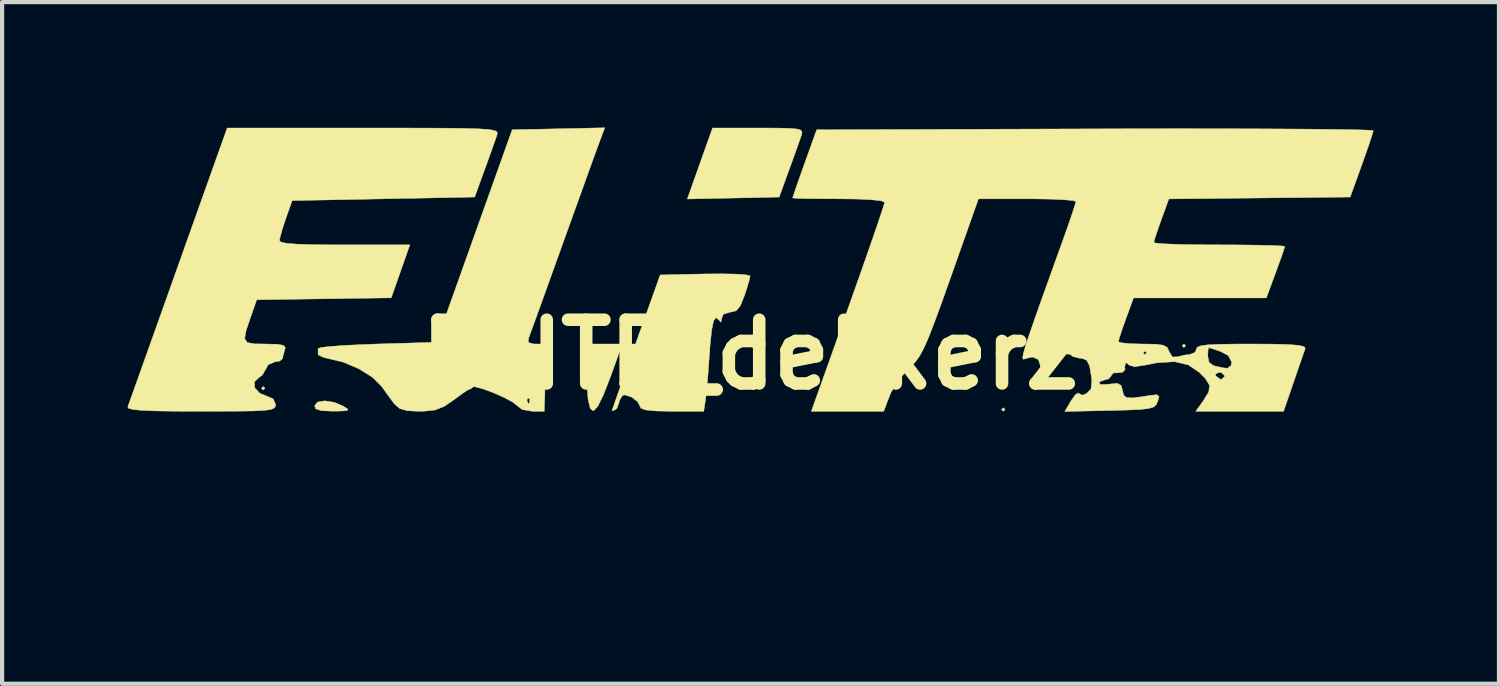
<source format=kicad_pcb>
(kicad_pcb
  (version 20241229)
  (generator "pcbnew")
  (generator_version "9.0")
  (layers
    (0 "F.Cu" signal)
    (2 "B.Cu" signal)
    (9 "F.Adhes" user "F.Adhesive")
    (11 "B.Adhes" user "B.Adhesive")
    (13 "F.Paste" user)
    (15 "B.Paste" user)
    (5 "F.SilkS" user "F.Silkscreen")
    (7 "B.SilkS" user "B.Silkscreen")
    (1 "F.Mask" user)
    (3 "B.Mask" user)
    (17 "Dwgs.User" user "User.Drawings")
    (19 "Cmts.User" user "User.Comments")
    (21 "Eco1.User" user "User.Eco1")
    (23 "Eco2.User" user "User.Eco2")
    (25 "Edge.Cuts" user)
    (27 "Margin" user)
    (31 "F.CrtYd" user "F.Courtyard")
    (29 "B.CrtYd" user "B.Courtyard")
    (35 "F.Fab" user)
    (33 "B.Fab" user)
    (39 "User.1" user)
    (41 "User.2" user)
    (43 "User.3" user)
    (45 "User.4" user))
  (footprint "ELITE_dekkerz"
    (layer "F.Cu")
    (at 14.885 5.429)
    (property "Reference" "ELITE_dekkerz" (at 0 0 0) (layer "F.SilkS") (effects (font (size 1.524 1.524) (thickness 0.3))))
    (attr through_hole)
    (fp_poly (pts (xy -11.684 0.635) (xy -11.726 0.677) (xy -11.769 0.635) (xy -11.726 0.593) (xy -11.684 0.635)) (stroke (width 0.01) (type solid)) (fill yes) (layer "F.Mask"))
    (fp_poly (pts (xy -10.753 3.598) (xy -10.795 3.641) (xy -10.837 3.598) (xy -10.795 3.556) (xy -10.753 3.598)) (stroke (width 0.01) (type solid)) (fill yes) (layer "F.Mask"))
    (fp_poly (pts (xy -7.366 3.09) (xy -7.408 3.133) (xy -7.451 3.09) (xy -7.408 3.048) (xy -7.366 3.09)) (stroke (width 0.01) (type solid)) (fill yes) (layer "F.Mask"))
    (fp_poly (pts (xy 3.471 2.582) (xy 3.429 2.625) (xy 3.387 2.582) (xy 3.429 2.54) (xy 3.471 2.582)) (stroke (width 0.01) (type solid)) (fill yes) (layer "F.Mask"))
    (fp_poly (pts (xy 3.556 2.328) (xy 3.514 2.371) (xy 3.471 2.328) (xy 3.514 2.286) (xy 3.556 2.328)) (stroke (width 0.01) (type solid)) (fill yes) (layer "F.Mask"))
    (fp_poly (pts (xy 6.773 0.127) (xy 6.731 0.169) (xy 6.689 0.127) (xy 6.731 0.085) (xy 6.773 0.127)) (stroke (width 0.01) (type solid)) (fill yes) (layer "F.Mask"))
    (fp_poly (pts (xy 9.144 0.889) (xy 9.102 0.931) (xy 9.059 0.889) (xy 9.102 0.847) (xy 9.144 0.889)) (stroke (width 0.01) (type solid)) (fill yes) (layer "F.Mask"))
    (fp_poly (pts (xy 9.821 0.296) (xy 9.779 0.339) (xy 9.737 0.296) (xy 9.779 0.254) (xy 9.821 0.296)) (stroke (width 0.01) (type solid)) (fill yes) (layer "F.Mask"))
    (fp_poly (pts (xy 10.414 0.296) (xy 10.372 0.339) (xy 10.329 0.296) (xy 10.372 0.254) (xy 10.414 0.296)) (stroke (width 0.01) (type solid)) (fill yes) (layer "F.Mask"))
    (fp_poly (pts (xy -11.284 0.288) (xy -11.309 0.326) (xy -11.395 0.332) (xy -11.485 0.311) (xy -11.446 0.281) (xy -11.314 0.271) (xy -11.284 0.288)) (stroke (width 0.01) (type solid)) (fill yes) (layer "F.Mask"))
    (fp_poly (pts (xy 3.445 2.863) (xy 3.455 2.995) (xy 3.438 3.025) (xy 3.399 3) (xy 3.393 2.914) (xy 3.414 2.824) (xy 3.445 2.863)) (stroke (width 0.01) (type solid)) (fill yes) (layer "F.Mask"))
    (fp_poly (pts (xy 10.555 -0.141) (xy 10.543 -0.091) (xy 10.499 -0.085) (xy 10.429 -0.116) (xy 10.442 -0.141) (xy 10.543 -0.151) (xy 10.555 -0.141)) (stroke (width 0.01) (type solid)) (fill yes) (layer "F.Mask"))
    (fp_poly (pts (xy -10.017 3.018) (xy -10.033 3.048) (xy -10.113 3.129) (xy -10.128 3.133) (xy -10.133 3.078) (xy -10.118 3.048) (xy -10.038 2.967) (xy -10.023 2.963) (xy -10.017 3.018)) (stroke (width 0.01) (type solid)) (fill yes) (layer "F.Mask"))
    (fp_poly (pts (xy -7.481 3.395) (xy -7.477 3.409) (xy -7.464 3.594) (xy -7.48 3.663) (xy -7.508 3.666) (xy -7.519 3.534) (xy -7.519 3.514) (xy -7.507 3.382) (xy -7.481 3.395)) (stroke (width 0.01) (type solid)) (fill yes) (layer "F.Mask"))
    (fp_poly (pts (xy 10.294 -0.13) (xy 10.287 -0.085) (xy 10.215 -0.004) (xy 10.202 0) (xy 10.135 -0.059) (xy 10.118 -0.085) (xy 10.138 -0.156) (xy 10.202 -0.169) (xy 10.294 -0.13)) (stroke (width 0.01) (type solid)) (fill yes) (layer "F.Mask"))
    (fp_poly (pts (xy 11.28 0.013) (xy 11.389 0.087) (xy 11.391 0.09) (xy 11.42 0.19) (xy 11.318 0.205) (xy 11.239 0.19) (xy 11.114 0.125) (xy 11.091 0.078) (xy 11.153 0.009) (xy 11.28 0.013)) (stroke (width 0.01) (type solid)) (fill yes) (layer "F.Mask"))
    (fp_poly (pts (xy 7.79 0.151) (xy 7.989 0.233) (xy 8.065 0.387) (xy 8.069 0.521) (xy 8.031 0.543) (xy 7.974 0.576) (xy 7.959 0.677) (xy 7.931 0.801) (xy 7.887 0.812) (xy 7.796 0.846) (xy 7.644 0.98) (xy 7.539 1.096) (xy 7.382 1.258) (xy 7.215 1.393) (xy 7.07 1.483) (xy 6.982 1.507) (xy 6.983 1.445) (xy 6.997 1.42) (xy 6.986 1.363) (xy 6.933 1.37) (xy 6.853 1.463) (xy 6.746 1.678) (xy 6.632 1.971) (xy 6.604 2.055) (xy 6.469 2.441) (xy 6.367 2.682) (xy 6.303 2.777) (xy 6.283 2.722) (xy 6.315 2.515) (xy 6.402 2.154) (xy 6.405 2.143) (xy 6.488 1.807) (xy 6.545 1.527) (xy 6.573 1.325) (xy 6.572 1.22) (xy 6.541 1.232) (xy 6.478 1.383) (xy 6.445 1.482) (xy 6.365 1.727) (xy 6.299 1.916) (xy 6.287 1.947) (xy 6.248 2.052) (xy 6.218 2.147) (xy 6.18 2.301) (xy 6.148 2.433) (xy 6.083 2.634) (xy 6.014 2.749) (xy 6.01 2.752) (xy 5.982 2.714) (xy 6.006 2.561) (xy 6.015 2.527) (xy 6.053 2.328) (xy 6.094 2.011) (xy 6.131 1.626) (xy 6.15 1.371) (xy 6.18 0.968) (xy 6.2 0.797) (xy 6.695 0.797) (xy 6.711 0.907) (xy 6.74 0.908) (xy 6.76 0.795) (xy 6.747 0.746) (xy 6.709 0.714) (xy 6.695 0.797) (xy 6.2 0.797) (xy 6.211 0.703) (xy 6.252 0.547) (xy 6.308 0.47) (xy 6.363 0.444) (xy 6.493 0.377) (xy 6.519 0.328) (xy 6.557 0.27) (xy 6.646 0.32) (xy 6.752 0.44) (xy 6.84 0.593) (xy 6.875 0.716) (xy 6.9 0.974) (xy 7.108 0.635) (xy 7.302 0.35) (xy 7.469 0.195) (xy 7.646 0.142) (xy 7.79 0.151)) (stroke (width 0.01) (type solid)) (fill yes) (layer "F.Mask"))
    (fp_poly (pts (xy -6.269 0.966) (xy -6.042 1.051) (xy -6.038 1.053) (xy -5.663 1.274) (xy -5.376 1.612) (xy -5.264 1.851) (xy -5.233 2.16) (xy -5.362 2.422) (xy -5.647 2.633) (xy -5.946 2.75) (xy -6.284 2.841) (xy -6.509 2.868) (xy -6.667 2.83) (xy -6.806 2.722) (xy -6.839 2.687) (xy -6.949 2.539) (xy -6.949 2.422) (xy -6.823 2.313) (xy -6.554 2.191) (xy -6.435 2.145) (xy -6.166 2.024) (xy -5.988 1.901) (xy -5.942 1.832) (xy -5.976 1.719) (xy -6.124 1.696) (xy -6.357 1.759) (xy -6.647 1.904) (xy -6.71 1.942) (xy -6.979 2.145) (xy -7.137 2.359) (xy -7.206 2.538) (xy -7.287 2.748) (xy -7.356 2.799) (xy -7.375 2.779) (xy -7.444 2.759) (xy -7.52 2.884) (xy -7.595 3.132) (xy -7.66 3.478) (xy -7.669 3.544) (xy -7.694 3.798) (xy -7.674 3.934) (xy -7.6 3.999) (xy -7.561 4.014) (xy -7.392 4.025) (xy -7.127 4.004) (xy -6.832 3.96) (xy -6.574 3.903) (xy -6.428 3.848) (xy -6.354 3.834) (xy -6.35 3.846) (xy -6.422 3.917) (xy -6.607 4.024) (xy -6.858 4.147) (xy -7.129 4.265) (xy -7.375 4.357) (xy -7.549 4.401) (xy -7.57 4.403) (xy -7.787 4.332) (xy -7.912 4.214) (xy -7.994 4.013) (xy -8.034 3.768) (xy -7.874 3.768) (xy -7.832 3.81) (xy -7.789 3.768) (xy -7.832 3.725) (xy -7.874 3.768) (xy -8.034 3.768) (xy -8.039 3.737) (xy -8.043 3.643) (xy -8.01 3.369) (xy -7.92 2.992) (xy -7.791 2.562) (xy -7.681 2.254) (xy -7.451 2.254) (xy -7.443 2.288) (xy -7.407 2.263) (xy -7.324 2.153) (xy -7.175 1.935) (xy -7.083 1.799) (xy -6.932 1.554) (xy -6.861 1.398) (xy -6.872 1.347) (xy -6.967 1.417) (xy -7.046 1.503) (xy -7.165 1.668) (xy -7.295 1.89) (xy -7.401 2.103) (xy -7.45 2.246) (xy -7.451 2.254) (xy -7.681 2.254) (xy -7.636 2.127) (xy -7.472 1.739) (xy -7.412 1.615) (xy -7.259 1.402) (xy -7.042 1.192) (xy -6.803 1.017) (xy -6.586 0.909) (xy -6.439 0.898) (xy -6.269 0.966)) (stroke (width 0.01) (type solid)) (fill yes) (layer "F.Mask"))
    (fp_poly (pts (xy -0.278 -0.906) (xy -0.2 -0.814) (xy -0.146 -0.638) (xy -0.111 -0.356) (xy -0.092 0.053) (xy -0.086 0.607) (xy -0.086 0.685) (xy -0.082 1.116) (xy -0.069 1.411) (xy -0.043 1.603) (xy 0.003 1.724) (xy 0.073 1.81) (xy 0.081 1.817) (xy 0.179 1.893) (xy 0.258 1.891) (xy 0.354 1.788) (xy 0.502 1.562) (xy 0.503 1.561) (xy 0.655 1.309) (xy 0.769 1.096) (xy 0.808 1.005) (xy 0.9 0.9) (xy 0.974 0.901) (xy 1.049 0.996) (xy 1.022 1.087) (xy 0.937 1.265) (xy 0.839 1.482) (xy 0.7 1.712) (xy 0.506 1.946) (xy 0.474 1.979) (xy 0.319 2.136) (xy 0.277 2.228) (xy 0.335 2.304) (xy 0.381 2.339) (xy 0.601 2.421) (xy 0.921 2.451) (xy 1.28 2.429) (xy 1.617 2.356) (xy 1.748 2.307) (xy 2.012 2.169) (xy 2.32 1.984) (xy 2.471 1.884) (xy 2.713 1.725) (xy 2.881 1.635) (xy 2.955 1.618) (xy 2.917 1.68) (xy 2.806 1.781) (xy 2.687 1.895) (xy 2.667 1.947) (xy 2.671 1.947) (xy 2.67 1.999) (xy 2.582 2.117) (xy 2.481 2.239) (xy 2.503 2.281) (xy 2.612 2.286) (xy 2.743 2.303) (xy 2.779 2.37) (xy 2.714 2.511) (xy 2.543 2.75) (xy 2.489 2.819) (xy 2.255 3.079) (xy 2.014 3.24) (xy 1.735 3.341) (xy 1.454 3.414) (xy 1.221 3.461) (xy 1.13 3.47) (xy 0.886 3.444) (xy 0.708 3.382) (xy 0.642 3.302) (xy 0.65 3.278) (xy 0.643 3.224) (xy 0.565 3.242) (xy 0.421 3.222) (xy 0.25 3.111) (xy 0.119 2.963) (xy 0.085 2.863) (xy 0.02 2.796) (xy 0.001 2.794) (xy -0.063 2.869) (xy -0.122 3.056) (xy -0.137 3.131) (xy -0.186 3.33) (xy -0.245 3.423) (xy -0.265 3.422) (xy -0.394 3.419) (xy -0.445 3.443) (xy -0.612 3.501) (xy -0.741 3.519) (xy -0.931 3.53) (xy -0.931 1.635) (xy -0.93 1.009) (xy -0.925 0.533) (xy -0.914 0.186) (xy -0.897 -0.052) (xy -0.873 -0.201) (xy -0.839 -0.281) (xy -0.804 -0.308) (xy -0.696 -0.424) (xy -0.677 -0.51) (xy -0.628 -0.781) (xy -0.483 -0.916) (xy -0.383 -0.931) (xy -0.278 -0.906)) (stroke (width 0.01) (type solid)) (fill yes) (layer "F.Mask"))
    (fp_poly (pts (xy -4.176 -0.612) (xy -4.084 -0.56) (xy -4.061 -0.446) (xy -4.037 -0.194) (xy -4.016 0.161) (xy -3.998 0.588) (xy -3.993 0.78) (xy -3.975 1.302) (xy -3.952 1.676) (xy -3.921 1.925) (xy -3.879 2.072) (xy -3.839 2.128) (xy -3.735 2.176) (xy -3.625 2.13) (xy -3.491 1.974) (xy -3.314 1.687) (xy -3.223 1.524) (xy -3.092 1.303) (xy -2.999 1.176) (xy -2.965 1.169) (xy -2.912 1.235) (xy -2.866 1.22) (xy -2.802 1.207) (xy -2.811 1.236) (xy -2.868 1.348) (xy -2.973 1.563) (xy -3.087 1.798) (xy -3.226 2.053) (xy -3.344 2.204) (xy -3.411 2.229) (xy -3.464 2.236) (xy -3.444 2.319) (xy -3.431 2.417) (xy -3.466 2.416) (xy -3.565 2.404) (xy -3.59 2.487) (xy -3.533 2.605) (xy -3.503 2.633) (xy -3.315 2.708) (xy -3.022 2.74) (xy -2.684 2.73) (xy -2.361 2.677) (xy -2.199 2.625) (xy -1.957 2.504) (xy -1.667 2.33) (xy -1.514 2.226) (xy -1.252 2.046) (xy -1.103 1.965) (xy -1.049 1.976) (xy -1.07 2.073) (xy -1.071 2.078) (xy -1.136 2.168) (xy -1.166 2.164) (xy -1.224 2.202) (xy -1.317 2.327) (xy -1.403 2.475) (xy -1.439 2.58) (xy -1.368 2.582) (xy -1.213 2.558) (xy -0.986 2.515) (xy -1.164 2.76) (xy -1.443 3.125) (xy -1.675 3.372) (xy -1.899 3.534) (xy -2.151 3.639) (xy -2.286 3.677) (xy -2.679 3.747) (xy -2.997 3.743) (xy -3.21 3.669) (xy -3.275 3.588) (xy -3.352 3.508) (xy -3.388 3.514) (xy -3.54 3.525) (xy -3.686 3.41) (xy -3.763 3.248) (xy -3.839 3.092) (xy -3.932 3.085) (xy -4.011 3.212) (xy -4.047 3.395) (xy -4.092 3.608) (xy -4.216 3.723) (xy -4.351 3.774) (xy -4.568 3.825) (xy -4.72 3.831) (xy -4.728 3.829) (xy -4.762 3.762) (xy -4.787 3.579) (xy -4.805 3.268) (xy -4.816 2.818) (xy -4.82 2.217) (xy -4.819 1.792) (xy -4.816 1.237) (xy -4.809 0.75) (xy -4.801 0.352) (xy -4.79 0.066) (xy -4.778 -0.088) (xy -4.77 -0.106) (xy -4.69 -0.000427) (xy -4.617 -0.042) (xy -4.575 -0.208) (xy -4.572 -0.286) (xy -4.55 -0.491) (xy -4.458 -0.586) (xy -4.358 -0.614) (xy -4.176 -0.612)) (stroke (width 0.01) (type solid)) (fill yes) (layer "F.Mask"))
    (fp_poly (pts (xy 4.771 0.206) (xy 5.198 0.414) (xy 5.498 0.684) (xy 5.63 0.93) (xy 5.7 1.05) (xy 5.755 1.06) (xy 5.839 1.087) (xy 5.874 1.147) (xy 5.844 1.281) (xy 5.704 1.462) (xy 5.491 1.656) (xy 5.242 1.826) (xy 5.047 1.92) (xy 4.702 2.011) (xy 4.391 2.023) (xy 4.159 1.958) (xy 4.067 1.868) (xy 3.996 1.704) (xy 3.979 1.63) (xy 4.05 1.562) (xy 4.227 1.46) (xy 4.457 1.347) (xy 4.689 1.25) (xy 4.869 1.192) (xy 4.918 1.185) (xy 4.979 1.118) (xy 4.977 1.037) (xy 4.882 0.93) (xy 4.681 0.919) (xy 4.407 1.001) (xy 4.195 1.109) (xy 3.918 1.36) (xy 3.759 1.661) (xy 3.659 1.877) (xy 3.58 1.958) (xy 3.553 1.942) (xy 3.493 1.941) (xy 3.421 2.081) (xy 3.344 2.336) (xy 3.274 2.678) (xy 3.258 2.773) (xy 3.234 3.002) (xy 3.26 3.109) (xy 3.337 3.133) (xy 3.454 3.175) (xy 3.471 3.215) (xy 3.539 3.254) (xy 3.695 3.213) (xy 3.868 3.163) (xy 3.955 3.165) (xy 4.054 3.17) (xy 4.239 3.131) (xy 4.24 3.131) (xy 4.432 3.086) (xy 4.469 3.106) (xy 4.353 3.189) (xy 4.083 3.334) (xy 4.067 3.343) (xy 3.646 3.513) (xy 3.32 3.548) (xy 3.084 3.446) (xy 3.001 3.349) (xy 2.937 3.172) (xy 2.899 2.921) (xy 3.048 2.921) (xy 3.09 2.963) (xy 3.133 2.921) (xy 3.09 2.879) (xy 3.048 2.921) (xy 2.899 2.921) (xy 2.897 2.91) (xy 2.884 2.623) (xy 2.899 2.371) (xy 2.946 2.215) (xy 2.957 2.201) (xy 3.009 2.104) (xy 3.092 1.896) (xy 3.16 1.708) (xy 3.279 1.374) (xy 3.51 1.374) (xy 3.535 1.401) (xy 3.599 1.354) (xy 3.706 1.227) (xy 3.725 1.166) (xy 3.776 1.053) (xy 3.901 0.876) (xy 3.94 0.827) (xy 4.064 0.654) (xy 4.109 0.536) (xy 4.102 0.519) (xy 4.021 0.54) (xy 3.891 0.668) (xy 3.746 0.861) (xy 3.618 1.078) (xy 3.558 1.216) (xy 3.51 1.374) (xy 3.279 1.374) (xy 3.333 1.224) (xy 3.483 0.872) (xy 3.629 0.62) (xy 3.789 0.435) (xy 3.981 0.285) (xy 3.983 0.284) (xy 4.335 0.051) (xy 4.771 0.206)) (stroke (width 0.01) (type solid)) (fill yes) (layer "F.Mask"))
    (fp_poly (pts (xy 10.535 0.427) (xy 10.667 0.52) (xy 10.806 0.658) (xy 10.904 0.795) (xy 10.922 0.857) (xy 10.863 0.948) (xy 10.71 1.115) (xy 10.498 1.326) (xy 10.261 1.548) (xy 10.036 1.747) (xy 9.856 1.891) (xy 9.758 1.947) (xy 9.758 1.947) (xy 9.66 2.004) (xy 9.652 2.037) (xy 9.703 2.089) (xy 9.731 2.078) (xy 9.839 2.089) (xy 9.864 2.117) (xy 9.983 2.164) (xy 10.232 2.162) (xy 10.336 2.15) (xy 10.609 2.129) (xy 10.738 2.159) (xy 10.753 2.193) (xy 10.796 2.249) (xy 10.915 2.205) (xy 11.06 2.163) (xy 11.12 2.223) (xy 11.158 2.284) (xy 11.169 2.223) (xy 11.233 2.124) (xy 11.266 2.117) (xy 11.32 2.166) (xy 11.31 2.191) (xy 11.354 2.248) (xy 11.521 2.303) (xy 11.605 2.319) (xy 11.806 2.371) (xy 11.897 2.435) (xy 11.895 2.457) (xy 11.775 2.517) (xy 11.562 2.538) (xy 11.329 2.52) (xy 11.147 2.466) (xy 11.108 2.438) (xy 11.027 2.392) (xy 11 2.497) (xy 11 2.502) (xy 10.978 2.591) (xy 10.951 2.561) (xy 10.859 2.463) (xy 10.825 2.455) (xy 10.781 2.508) (xy 10.795 2.54) (xy 10.763 2.601) (xy 10.602 2.625) (xy 10.405 2.644) (xy 10.296 2.686) (xy 10.185 2.736) (xy 9.962 2.8) (xy 9.753 2.848) (xy 9.466 2.911) (xy 9.236 2.97) (xy 9.142 3) (xy 8.979 2.993) (xy 8.845 2.926) (xy 8.747 2.828) (xy 8.797 2.797) (xy 8.86 2.767) (xy 8.798 2.664) (xy 8.764 2.626) (xy 8.68 2.518) (xy 8.679 2.427) (xy 8.777 2.305) (xy 8.883 2.201) (xy 9.398 2.201) (xy 9.429 2.271) (xy 9.454 2.258) (xy 9.465 2.157) (xy 9.454 2.145) (xy 9.404 2.157) (xy 9.398 2.201) (xy 8.883 2.201) (xy 8.904 2.181) (xy 9.108 1.982) (xy 9.336 1.746) (xy 9.565 1.502) (xy 9.771 1.275) (xy 9.929 1.093) (xy 10.016 0.982) (xy 10.012 0.964) (xy 9.919 0.968) (xy 9.906 0.926) (xy 9.834 0.862) (xy 9.662 0.874) (xy 9.445 0.893) (xy 9.361 0.845) (xy 9.424 0.742) (xy 9.463 0.71) (xy 9.536 0.643) (xy 9.487 0.637) (xy 9.314 0.68) (xy 9.092 0.74) (xy 8.996 0.756) (xy 8.987 0.728) (xy 9.01 0.689) (xy 9.12 0.628) (xy 9.343 0.564) (xy 9.624 0.506) (xy 9.908 0.466) (xy 10.14 0.453) (xy 10.24 0.464) (xy 10.397 0.466) (xy 10.457 0.422) (xy 10.535 0.427)) (stroke (width 0.01) (type solid)) (fill yes) (layer "F.Mask"))
    (fp_poly (pts (xy -10.43 -0.289) (xy -10.414 -0.124) (xy -10.377 0.049) (xy -10.308 0.121) (xy -10.167 0.16) (xy -9.932 0.222) (xy -9.807 0.255) (xy -9.575 0.35) (xy -9.302 0.511) (xy -9.032 0.708) (xy -8.804 0.907) (xy -8.66 1.079) (xy -8.631 1.153) (xy -8.62 1.277) (xy -8.598 1.501) (xy -8.587 1.609) (xy -8.587 1.908) (xy -8.661 2.22) (xy -8.771 2.498) (xy -8.929 2.805) (xy -9.113 3.092) (xy -9.299 3.326) (xy -9.461 3.476) (xy -9.573 3.51) (xy -9.578 3.507) (xy -9.69 3.518) (xy -9.863 3.606) (xy -9.864 3.606) (xy -10.031 3.69) (xy -10.133 3.695) (xy -10.134 3.694) (xy -10.124 3.645) (xy -10.089 3.641) (xy -9.996 3.588) (xy -9.991 3.562) (xy -10.061 3.525) (xy -10.239 3.554) (xy -10.408 3.589) (xy -10.454 3.551) (xy -10.442 3.506) (xy -10.36 3.399) (xy -10.323 3.387) (xy -10.221 3.335) (xy -10.047 3.205) (xy -9.963 3.135) (xy -9.778 2.996) (xy -9.641 2.937) (xy -9.608 2.944) (xy -9.575 2.949) (xy -9.59 2.917) (xy -9.588 2.793) (xy -9.525 2.58) (xy -9.477 2.464) (xy -9.333 2.011) (xy -9.332 1.631) (xy -9.468 1.335) (xy -9.738 1.132) (xy -10.096 1.039) (xy -10.467 0.998) (xy -10.574 1.705) (xy -10.642 2.108) (xy -10.721 2.515) (xy -10.794 2.845) (xy -10.802 2.875) (xy -10.894 3.294) (xy -10.915 3.568) (xy -10.864 3.705) (xy -10.803 3.725) (xy -10.719 3.781) (xy -10.743 3.927) (xy -10.862 4.132) (xy -11.016 4.314) (xy -11.169 4.492) (xy -11.254 4.627) (xy -11.261 4.653) (xy -11.316 4.749) (xy -11.437 4.831) (xy -11.558 4.866) (xy -11.61 4.829) (xy -11.643 4.652) (xy -11.682 4.551) (xy -11.714 4.443) (xy -11.721 4.272) (xy -11.704 4.12) (xy -11.671 4.064) (xy -11.614 3.993) (xy -11.599 3.888) (xy -11.559 3.759) (xy -11.494 3.746) (xy -11.366 3.741) (xy -11.266 3.617) (xy -11.188 3.359) (xy -11.125 2.951) (xy -11.111 2.829) (xy -11.078 2.492) (xy -11.057 2.226) (xy -11.051 2.07) (xy -11.054 2.046) (xy -11.097 2.096) (xy -11.179 2.25) (xy -11.272 2.454) (xy -11.352 2.654) (xy -11.371 2.709) (xy -11.391 2.721) (xy -11.397 2.602) (xy -11.391 2.389) (xy -11.375 2.119) (xy -11.351 1.83) (xy -11.323 1.56) (xy -11.292 1.344) (xy -11.277 1.267) (xy -11.244 1.017) (xy -11.305 0.872) (xy -11.307 0.87) (xy -11.418 0.807) (xy -11.455 0.815) (xy -11.485 0.785) (xy -11.485 0.711) (xy -11.421 0.564) (xy -11.273 0.367) (xy -11.197 0.285) (xy -11.032 0.099) (xy -10.934 -0.048) (xy -10.922 -0.087) (xy -10.872 -0.142) (xy -10.844 -0.131) (xy -10.73 -0.144) (xy -10.639 -0.211) (xy -10.497 -0.324) (xy -10.43 -0.289)) (stroke (width 0.01) (type solid)) (fill yes) (layer "F.Mask"))
    (fp_poly (pts (xy -11.599 0.804) (xy -11.642 0.847) (xy -11.684 0.804) (xy -11.642 0.762) (xy -11.599 0.804)) (stroke (width 0.01) (type solid)) (fill yes) (layer "F.SilkS"))
    (fp_poly (pts (xy 6.096 1.312) (xy 6.054 1.355) (xy 6.011 1.312) (xy 6.054 1.27) (xy 6.096 1.312)) (stroke (width 0.01) (type solid)) (fill yes) (layer "F.SilkS"))
    (fp_poly (pts (xy 10.414 -0.212) (xy 10.372 -0.169) (xy 10.329 -0.212) (xy 10.372 -0.254) (xy 10.414 -0.212)) (stroke (width 0.01) (type solid)) (fill yes) (layer "F.SilkS"))
    (fp_poly (pts (xy -9.941 1.142) (xy -9.737 1.228) (xy -9.625 1.298) (xy -9.62 1.334) (xy -9.744 1.348) (xy -9.97 1.352) (xy -10.242 1.341) (xy -10.38 1.3) (xy -10.414 1.228) (xy -10.344 1.134) (xy -10.17 1.105) (xy -9.941 1.142)) (stroke (width 0.01) (type solid)) (fill yes) (layer "F.SilkS"))
    (fp_poly (pts (xy -3.496 -0.254) (xy -3.056 -0.254) (xy -3.338 0.529) (xy -3.508 0.966) (xy -3.643 1.239) (xy -3.746 1.347) (xy -3.822 1.29) (xy -3.874 1.069) (xy -3.905 0.683) (xy -3.91 0.555) (xy -3.937 -0.254) (xy -3.496 -0.254)) (stroke (width 0.01) (type solid)) (fill yes) (layer "F.SilkS"))
    (fp_poly (pts (xy 0.638 -5.417) (xy 0.94 -5.411) (xy 1.124 -5.394) (xy 1.216 -5.365) (xy 1.242 -5.318) (xy 1.23 -5.255) (xy 1.177 -5.102) (xy 1.084 -4.839) (xy 0.968 -4.517) (xy 0.936 -4.43) (xy 0.695 -3.768) (xy -0.403 -3.744) (xy -1.502 -3.721) (xy -1.2 -4.57) (xy -0.898 -5.419) (xy 0.192 -5.419) (xy 0.638 -5.417)) (stroke (width 0.01) (type solid)) (fill yes) (layer "F.SilkS"))
    (fp_poly (pts (xy -0.336 -1.925) (xy -0.102 -1.909) (xy -0.002 -1.884) (xy 0 -1.88) (xy -0.025 -1.764) (xy -0.09 -1.548) (xy -0.135 -1.412) (xy -0.234 -1.166) (xy -0.335 -1.048) (xy -0.47 -1.016) (xy -0.474 -1.016) (xy -0.641 -0.967) (xy -0.679 -0.868) (xy -0.696 -0.775) (xy -0.752 -0.833) (xy -0.818 -0.886) (xy -0.873 -0.808) (xy -0.919 -0.587) (xy -0.958 -0.213) (xy -0.978 0.071) (xy -1.005 0.444) (xy -1.034 0.785) (xy -1.06 1.035) (xy -1.067 1.079) (xy -1.108 1.355) (xy -1.867 1.355) (xy -2.257 1.347) (xy -2.499 1.323) (xy -2.611 1.279) (xy -2.625 1.248) (xy -2.691 1.123) (xy -2.84 1.012) (xy -2.996 0.963) (xy -3.051 0.976) (xy -3.127 1.096) (xy -3.133 1.143) (xy -3.186 1.285) (xy -3.217 1.312) (xy -3.296 1.344) (xy -3.3 1.338) (xy -3.273 1.255) (xy -3.197 1.035) (xy -3.08 0.705) (xy -2.933 0.289) (xy -2.762 -0.19) (xy -2.725 -0.296) (xy -2.15 -1.905) (xy -1.075 -1.929) (xy -0.671 -1.932) (xy -0.336 -1.925)) (stroke (width 0.01) (type solid)) (fill yes) (layer "F.SilkS"))
    (fp_poly (pts (xy -3.564 -5.188) (xy -3.616 -5.048) (xy -3.717 -4.772) (xy -3.858 -4.383) (xy -4.03 -3.904) (xy -4.226 -3.359) (xy -4.438 -2.772) (xy -4.445 -2.752) (xy -4.654 -2.169) (xy -4.847 -1.633) (xy -5.015 -1.166) (xy -5.151 -0.791) (xy -5.246 -0.53) (xy -5.292 -0.405) (xy -5.294 -0.402) (xy -5.305 -0.296) (xy -5.197 -0.257) (xy -5.11 -0.254) (xy -4.868 -0.254) (xy -4.895 0.55) (xy -4.922 1.355) (xy -5.209 1.355) (xy -5.45 1.313) (xy -5.571 1.219) (xy -5.678 1.134) (xy -5.74 1.101) (xy -5.334 1.101) (xy -5.303 1.17) (xy -5.278 1.157) (xy -5.267 1.057) (xy -5.278 1.044) (xy -5.328 1.056) (xy -5.334 1.101) (xy -5.74 1.101) (xy -5.89 1.021) (xy -6.151 0.906) (xy -6.406 0.813) (xy -6.597 0.766) (xy -6.613 0.765) (xy -6.703 0.811) (xy -6.882 0.932) (xy -7.052 1.058) (xy -7.311 1.237) (xy -7.534 1.325) (xy -7.806 1.354) (xy -7.905 1.355) (xy -8.194 1.342) (xy -8.372 1.292) (xy -8.498 1.185) (xy -8.524 1.153) (xy -8.687 0.933) (xy -8.805 0.765) (xy -9.026 0.544) (xy -9.353 0.339) (xy -9.722 0.182) (xy -9.97 0.121) (xy -10.189 0.07) (xy -10.316 0.011) (xy -10.329 -0.011) (xy -10.33 -0.148) (xy -10.25 -0.172) (xy -10.028 -0.196) (xy -9.693 -0.22) (xy -9.271 -0.241) (xy -8.916 -0.254) (xy -7.502 -0.296) (xy -6.596 -2.836) (xy -5.689 -5.376) (xy -4.582 -5.4) (xy -3.474 -5.424) (xy -3.564 -5.188)) (stroke (width 0.01) (type solid)) (fill yes) (layer "F.SilkS"))
    (fp_poly (pts (xy -8.424 -5.418) (xy -7.752 -5.417) (xy -7.217 -5.414) (xy -6.805 -5.408) (xy -6.501 -5.399) (xy -6.288 -5.386) (xy -6.152 -5.368) (xy -6.076 -5.344) (xy -6.046 -5.314) (xy -6.046 -5.276) (xy -6.052 -5.255) (xy -6.104 -5.102) (xy -6.197 -4.839) (xy -6.313 -4.517) (xy -6.345 -4.43) (xy -6.586 -3.768) (xy -10.95 -3.683) (xy -11.099 -3.26) (xy -11.185 -3) (xy -11.241 -2.798) (xy -11.254 -2.731) (xy -11.217 -2.691) (xy -11.087 -2.662) (xy -10.847 -2.642) (xy -10.481 -2.63) (xy -9.97 -2.625) (xy -9.698 -2.625) (xy -8.135 -2.625) (xy -8.581 -1.358) (xy -10.189 -1.335) (xy -11.797 -1.312) (xy -11.945 -0.889) (xy -12.052 -0.573) (xy -12.085 -0.385) (xy -12.025 -0.29) (xy -11.855 -0.258) (xy -11.59 -0.254) (xy -11.305 -0.248) (xy -11.157 -0.222) (xy -11.114 -0.169) (xy -11.125 -0.12) (xy -11.17 0.041) (xy -11.176 0.092) (xy -11.247 0.154) (xy -11.353 0.169) (xy -11.521 0.239) (xy -11.573 0.333) (xy -11.664 0.491) (xy -11.735 0.542) (xy -11.852 0.65) (xy -11.843 0.795) (xy -11.724 0.924) (xy -11.599 0.974) (xy -11.399 1.062) (xy -11.345 1.192) (xy -11.353 1.246) (xy -11.391 1.287) (xy -11.479 1.316) (xy -11.639 1.335) (xy -11.893 1.347) (xy -12.261 1.352) (xy -12.764 1.354) (xy -13.132 1.355) (xy -13.75 1.353) (xy -14.214 1.346) (xy -14.543 1.333) (xy -14.752 1.313) (xy -14.859 1.285) (xy -14.88 1.249) (xy -14.844 1.148) (xy -14.757 0.906) (xy -14.626 0.539) (xy -14.457 0.064) (xy -14.255 -0.501) (xy -14.028 -1.138) (xy -13.781 -1.831) (xy -13.672 -2.138) (xy -12.503 -5.419) (xy -9.251 -5.419) (xy -8.424 -5.418)) (stroke (width 0.01) (type solid)) (fill yes) (layer "F.SilkS"))
    (fp_poly (pts (xy 11.217 -5.401) (xy 12.072 -5.399) (xy 12.839 -5.395) (xy 13.504 -5.39) (xy 14.054 -5.384) (xy 14.478 -5.377) (xy 14.761 -5.368) (xy 14.892 -5.359) (xy 14.9 -5.356) (xy 14.872 -5.253) (xy 14.799 -5.03) (xy 14.692 -4.724) (xy 14.623 -4.53) (xy 14.348 -3.768) (xy 10.012 -3.723) (xy 9.832 -3.228) (xy 9.738 -2.961) (xy 9.672 -2.761) (xy 9.652 -2.679) (xy 9.732 -2.662) (xy 9.956 -2.647) (xy 10.295 -2.635) (xy 10.726 -2.627) (xy 11.218 -2.625) (xy 11.712 -2.623) (xy 12.142 -2.617) (xy 12.482 -2.609) (xy 12.705 -2.599) (xy 12.785 -2.587) (xy 12.757 -2.495) (xy 12.685 -2.287) (xy 12.582 -2.004) (xy 12.563 -1.952) (xy 12.342 -1.355) (xy 9.167 -1.355) (xy 8.986 -0.859) (xy 8.891 -0.591) (xy 8.826 -0.391) (xy 8.805 -0.309) (xy 8.883 -0.282) (xy 9.086 -0.262) (xy 9.373 -0.254) (xy 9.388 -0.254) (xy 9.699 -0.249) (xy 9.881 -0.225) (xy 9.974 -0.172) (xy 10.017 -0.078) (xy 10.018 -0.074) (xy 10.099 0.057) (xy 10.204 0.053) (xy 10.273 0.038) (xy 10.943 0.038) (xy 10.972 0.181) (xy 11.083 0.266) (xy 11.315 0.316) (xy 11.409 0.327) (xy 11.496 0.267) (xy 11.515 0.178) (xy 11.433 0.022) (xy 11.248 -0.076) (xy 11.062 -0.139) (xy 10.965 -0.169) (xy 10.962 -0.169) (xy 10.948 -0.097) (xy 10.943 0.038) (xy 10.273 0.038) (xy 10.412 0.006) (xy 10.506 0) (xy 10.639 -0.055) (xy 10.668 -0.127) (xy 10.691 -0.176) (xy 10.774 -0.211) (xy 10.941 -0.234) (xy 11.216 -0.247) (xy 11.62 -0.253) (xy 11.989 -0.254) (xy 12.51 -0.251) (xy 12.881 -0.241) (xy 13.119 -0.222) (xy 13.244 -0.193) (xy 13.274 -0.152) (xy 13.273 -0.148) (xy 13.23 -0.024) (xy 13.147 0.217) (xy 13.039 0.53) (xy 12.996 0.656) (xy 12.755 1.355) (xy 10.656 1.355) (xy 10.832 1.109) (xy 10.965 0.894) (xy 10.986 0.736) (xy 10.888 0.574) (xy 10.78 0.464) (xy 11.126 0.464) (xy 11.134 0.508) (xy 11.242 0.589) (xy 11.266 0.593) (xy 11.343 0.528) (xy 11.345 0.508) (xy 11.276 0.434) (xy 11.213 0.423) (xy 11.126 0.464) (xy 10.78 0.464) (xy 10.74 0.424) (xy 10.477 0.245) (xy 10.153 0.169) (xy 9.738 0.193) (xy 9.442 0.251) (xy 9.192 0.289) (xy 9.061 0.251) (xy 9.042 0.228) (xy 8.981 0.191) (xy 8.958 0.288) (xy 8.965 0.36) (xy 8.905 0.422) (xy 8.747 0.439) (xy 8.7 0.433) (xy 8.638 0.487) (xy 8.636 0.508) (xy 8.568 0.584) (xy 8.514 0.593) (xy 8.372 0.641) (xy 8.343 0.672) (xy 8.379 0.715) (xy 8.546 0.71) (xy 8.585 0.705) (xy 8.783 0.687) (xy 8.873 0.739) (xy 8.904 0.858) (xy 8.932 0.97) (xy 9 1.027) (xy 9.145 1.035) (xy 9.405 1.001) (xy 9.543 0.978) (xy 9.725 0.958) (xy 9.778 1.001) (xy 9.745 1.123) (xy 9.707 1.201) (xy 9.643 1.255) (xy 9.522 1.29) (xy 9.317 1.312) (xy 8.996 1.326) (xy 8.599 1.336) (xy 7.523 1.36) (xy 7.676 1.1) (xy 7.782 0.953) (xy 7.851 0.916) (xy 7.859 0.928) (xy 7.945 0.97) (xy 8.044 0.931) (xy 8.149 0.827) (xy 8.171 0.642) (xy 8.162 0.539) (xy 8.117 0.272) (xy 8.049 0.135) (xy 7.935 0.088) (xy 7.874 0.085) (xy 7.713 0.044) (xy 7.661 -0.001) (xy 7.569 -0.019) (xy 7.417 0.065) (xy 7.248 0.218) (xy 7.103 0.406) (xy 7.057 0.493) (xy 6.985 0.636) (xy 6.952 0.63) (xy 6.94 0.55) (xy 6.933 0.348) (xy 6.939 0.263) (xy 6.894 0.118) (xy 6.749 0.056) (xy 6.589 0.093) (xy 6.549 0.11) (xy 6.524 0.104) (xy 6.518 0.06) (xy 6.537 -0.037) (xy 6.538 -0.042) (xy 9.398 -0.042) (xy 9.44 0) (xy 9.483 -0.042) (xy 9.44 -0.085) (xy 9.398 -0.042) (xy 6.538 -0.042) (xy 6.584 -0.203) (xy 6.665 -0.45) (xy 6.784 -0.794) (xy 6.945 -1.251) (xy 7.154 -1.833) (xy 7.414 -2.557) (xy 7.484 -2.752) (xy 7.61 -3.105) (xy 7.71 -3.399) (xy 7.773 -3.597) (xy 7.789 -3.662) (xy 7.71 -3.685) (xy 7.491 -3.704) (xy 7.165 -3.718) (xy 6.761 -3.725) (xy 6.625 -3.725) (xy 5.46 -3.725) (xy 4.793 -1.841) (xy 4.578 -1.236) (xy 4.406 -0.769) (xy 4.27 -0.418) (xy 4.157 -0.161) (xy 4.059 0.023) (xy 3.966 0.158) (xy 3.866 0.265) (xy 3.805 0.319) (xy 3.568 0.582) (xy 3.375 0.892) (xy 3.339 0.975) (xy 3.194 1.355) (xy 1.464 1.355) (xy 2.341 -1.103) (xy 2.558 -1.715) (xy 2.756 -2.277) (xy 2.927 -2.768) (xy 3.065 -3.169) (xy 3.162 -3.46) (xy 3.212 -3.619) (xy 3.217 -3.643) (xy 3.136 -3.677) (xy 2.908 -3.703) (xy 2.554 -3.72) (xy 2.117 -3.725) (xy 1.707 -3.727) (xy 1.367 -3.731) (xy 1.127 -3.737) (xy 1.019 -3.745) (xy 1.016 -3.747) (xy 1.043 -3.83) (xy 1.114 -4.038) (xy 1.219 -4.336) (xy 1.303 -4.572) (xy 1.591 -5.376) (xy 8.246 -5.398) (xy 9.291 -5.401) (xy 10.286 -5.402) (xy 11.217 -5.401)) (stroke (width 0.01) (type solid)) (fill yes) (layer "F.SilkS")))
  (gr_rect
    (start -3 -3)
    (end 32.79 13.299)
    (stroke (width 0.1) (type default))
    (fill no)
    (layer "Edge.Cuts")))
</source>
